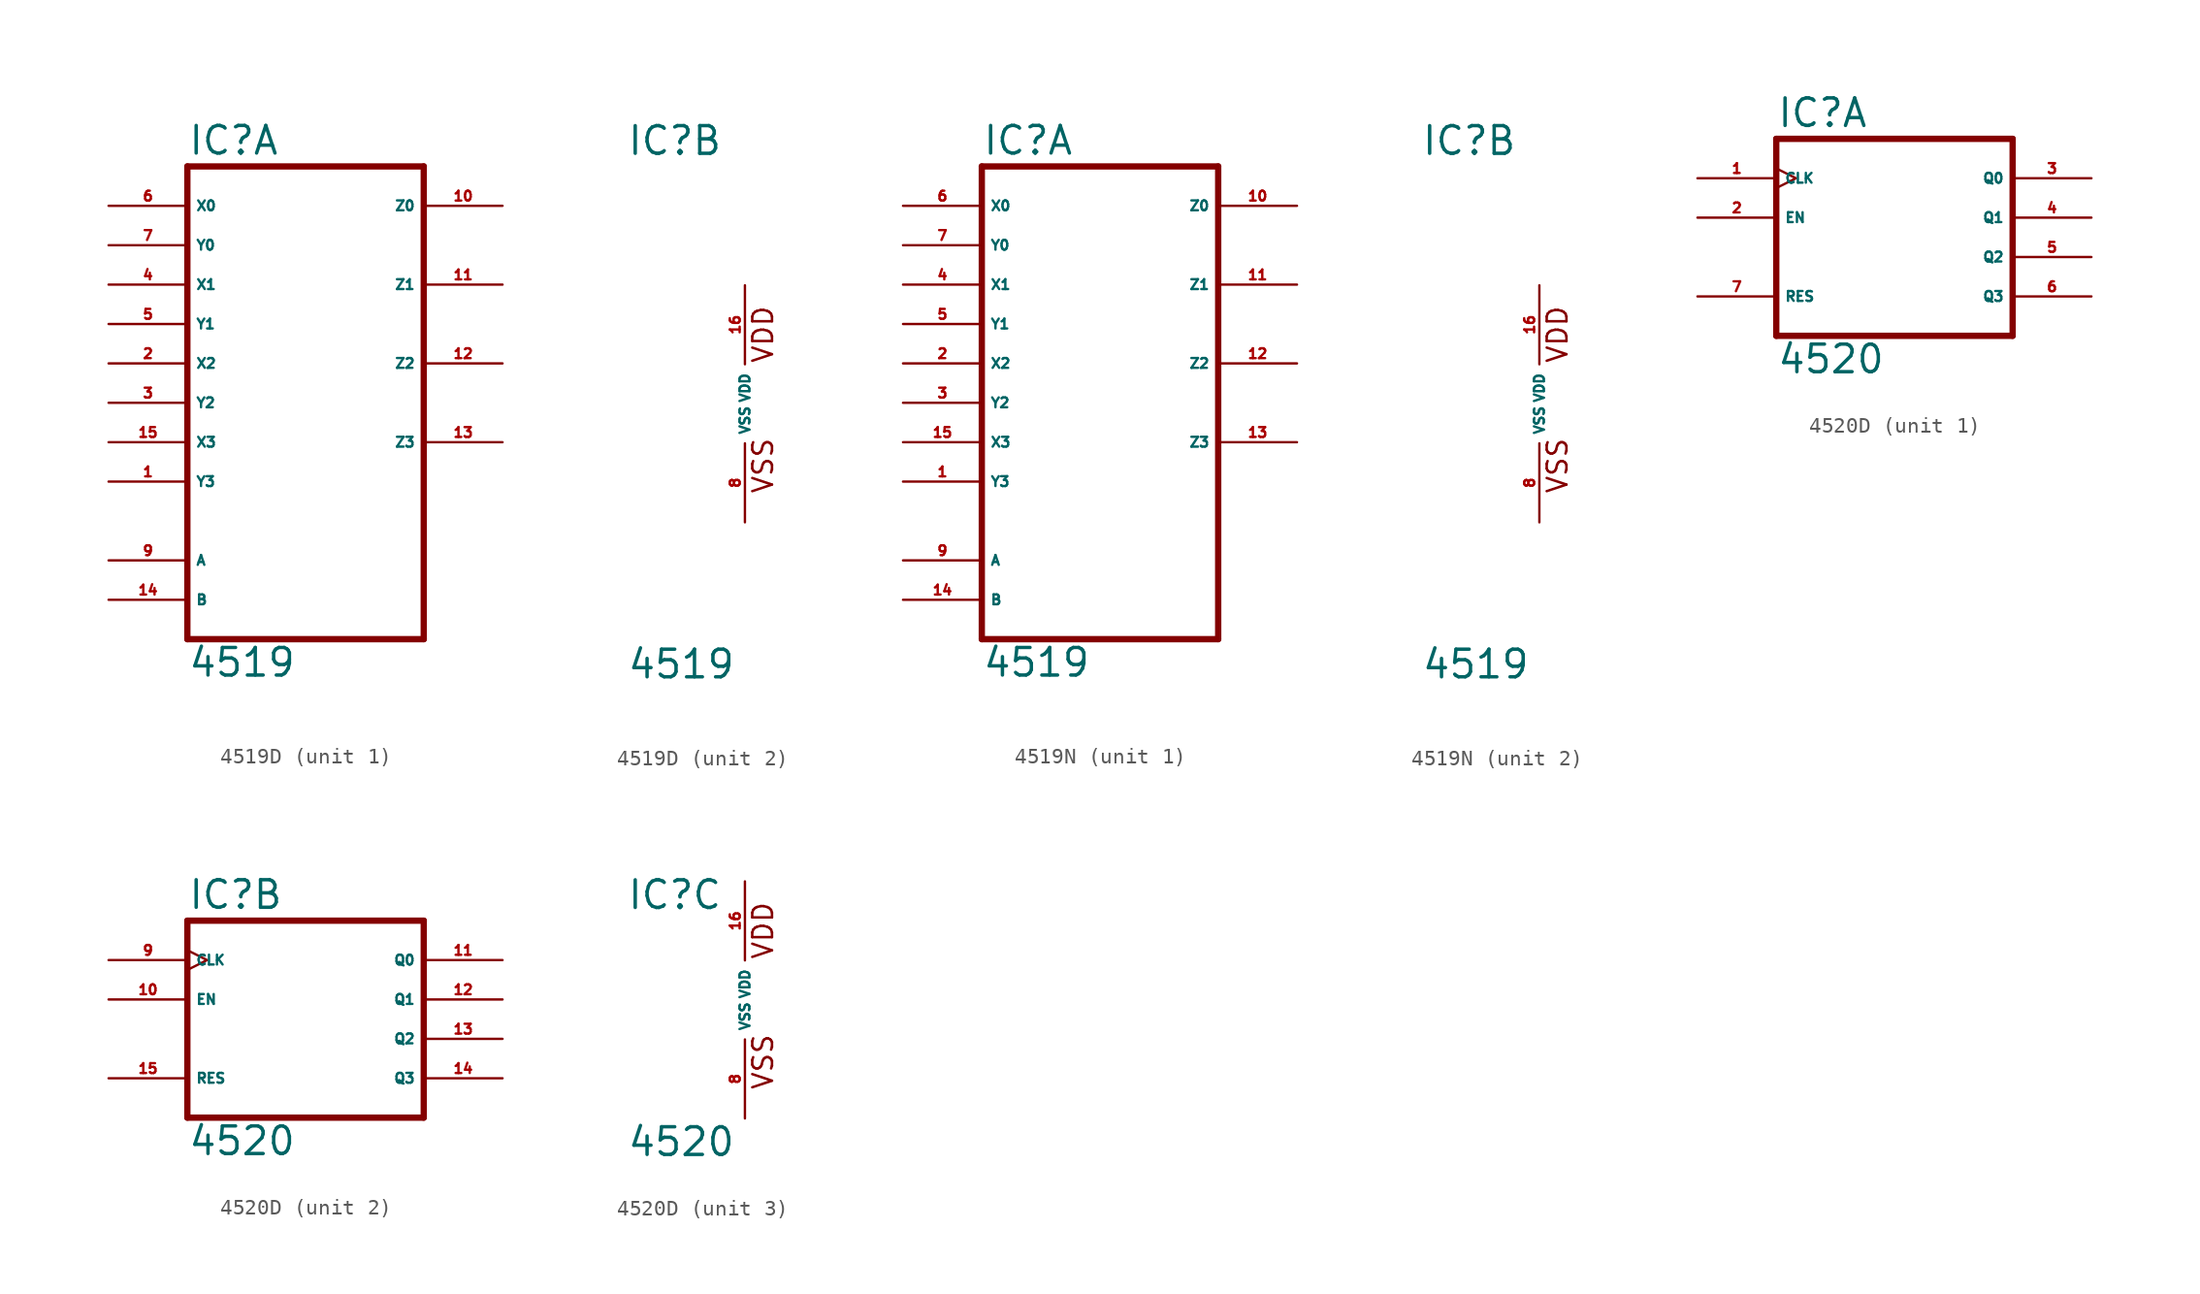
<source format=kicad_sym>
(kicad_symbol_lib
  (version 20220914)
  (generator Eagle2Kicad)
  (symbol "4519D"
    (property "Reference" "IC"
      (at -7.62 15.875 0)
      (effects (font (size 1.778 1.778) (thickness 0.22)) (justify left bottom)))
    (property "Value" "4519"
      (at -7.62 -17.78 0)
      (effects (font (size 1.778 1.778) (thickness 0.22)) (justify left bottom)))
    (symbol "4519D_1_0"
      (polyline (pts (xy -7.62 -15.24) (xy 7.62 -15.24)) (stroke (width 0.406) (type default)) (fill (type none)))
      (polyline (pts (xy 7.62 -15.24) (xy 7.62 15.24)) (stroke (width 0.406) (type default)) (fill (type none)))
      (polyline (pts (xy 7.62 15.24) (xy -7.62 15.24)) (stroke (width 0.406) (type default)) (fill (type none)))
      (polyline (pts (xy -7.62 15.24) (xy -7.62 -15.24)) (stroke (width 0.406) (type default)) (fill (type none)))
      (pin input line (at -12.7 -5.08 0) (length 5.08) (name "Y3" (effects (font (size 0.635 0.635) (thickness 0.08)) (justify left bottom))) (number "1" (effects (font (size 0.635 0.635) (thickness 0.08)) (justify left bottom))))
      (pin input line (at -12.7 2.54 0) (length 5.08) (name "X2" (effects (font (size 0.635 0.635) (thickness 0.08)) (justify left bottom))) (number "2" (effects (font (size 0.635 0.635) (thickness 0.08)) (justify left bottom))))
      (pin input line (at -12.7 0 0) (length 5.08) (name "Y2" (effects (font (size 0.635 0.635) (thickness 0.08)) (justify left bottom))) (number "3" (effects (font (size 0.635 0.635) (thickness 0.08)) (justify left bottom))))
      (pin input line (at -12.7 7.62 0) (length 5.08) (name "X1" (effects (font (size 0.635 0.635) (thickness 0.08)) (justify left bottom))) (number "4" (effects (font (size 0.635 0.635) (thickness 0.08)) (justify left bottom))))
      (pin input line (at -12.7 5.08 0) (length 5.08) (name "Y1" (effects (font (size 0.635 0.635) (thickness 0.08)) (justify left bottom))) (number "5" (effects (font (size 0.635 0.635) (thickness 0.08)) (justify left bottom))))
      (pin input line (at -12.7 12.7 0) (length 5.08) (name "X0" (effects (font (size 0.635 0.635) (thickness 0.08)) (justify left bottom))) (number "6" (effects (font (size 0.635 0.635) (thickness 0.08)) (justify left bottom))))
      (pin input line (at -12.7 10.16 0) (length 5.08) (name "Y0" (effects (font (size 0.635 0.635) (thickness 0.08)) (justify left bottom))) (number "7" (effects (font (size 0.635 0.635) (thickness 0.08)) (justify left bottom))))
      (pin input line (at -12.7 -10.16 0) (length 5.08) (name "A" (effects (font (size 0.635 0.635) (thickness 0.08)) (justify left bottom))) (number "9" (effects (font (size 0.635 0.635) (thickness 0.08)) (justify left bottom))))
      (pin output line (at 12.7 12.7 180) (length 5.08) (name "Z0" (effects (font (size 0.635 0.635) (thickness 0.08)) (justify left bottom))) (number "10" (effects (font (size 0.635 0.635) (thickness 0.08)) (justify left bottom))))
      (pin output line (at 12.7 7.62 180) (length 5.08) (name "Z1" (effects (font (size 0.635 0.635) (thickness 0.08)) (justify left bottom))) (number "11" (effects (font (size 0.635 0.635) (thickness 0.08)) (justify left bottom))))
      (pin output line (at 12.7 2.54 180) (length 5.08) (name "Z2" (effects (font (size 0.635 0.635) (thickness 0.08)) (justify left bottom))) (number "12" (effects (font (size 0.635 0.635) (thickness 0.08)) (justify left bottom))))
      (pin output line (at 12.7 -2.54 180) (length 5.08) (name "Z3" (effects (font (size 0.635 0.635) (thickness 0.08)) (justify left bottom))) (number "13" (effects (font (size 0.635 0.635) (thickness 0.08)) (justify left bottom))))
      (pin input line (at -12.7 -12.7 0) (length 5.08) (name "B" (effects (font (size 0.635 0.635) (thickness 0.08)) (justify left bottom))) (number "14" (effects (font (size 0.635 0.635) (thickness 0.08)) (justify left bottom))))
      (pin input line (at -12.7 -2.54 0) (length 5.08) (name "X3" (effects (font (size 0.635 0.635) (thickness 0.08)) (justify left bottom))) (number "15" (effects (font (size 0.635 0.635) (thickness 0.08)) (justify left bottom)))))
    (symbol "4519D_2_0"
      (text "VDD" (at 1.905 2.54 900) (effects (font (size 1.27 1.27) (thickness 0.16)) (justify left bottom)))
      (text "VSS" (at 1.905 -5.842 900) (effects (font (size 1.27 1.27) (thickness 0.16)) (justify left bottom)))
      (pin unspecified line (at 0 -7.62 90) (length 5.08) (name "VSS" (effects (font (size 0.635 0.635) (thickness 0.08)) (justify left bottom))) (number "8" (effects (font (size 0.635 0.635) (thickness 0.08)) (justify left bottom))))
      (pin unspecified line (at 0 7.62 270) (length 5.08) (name "VDD" (effects (font (size 0.635 0.635) (thickness 0.08)) (justify left bottom))) (number "16" (effects (font (size 0.635 0.635) (thickness 0.08)) (justify left bottom))))))
  (symbol "4519N"
    (property "Reference" "IC"
      (at -7.62 15.875 0)
      (effects (font (size 1.778 1.778) (thickness 0.22)) (justify left bottom)))
    (property "Value" "4519"
      (at -7.62 -17.78 0)
      (effects (font (size 1.778 1.778) (thickness 0.22)) (justify left bottom)))
    (symbol "4519N_1_0"
      (polyline (pts (xy -7.62 -15.24) (xy 7.62 -15.24)) (stroke (width 0.406) (type default)) (fill (type none)))
      (polyline (pts (xy 7.62 -15.24) (xy 7.62 15.24)) (stroke (width 0.406) (type default)) (fill (type none)))
      (polyline (pts (xy 7.62 15.24) (xy -7.62 15.24)) (stroke (width 0.406) (type default)) (fill (type none)))
      (polyline (pts (xy -7.62 15.24) (xy -7.62 -15.24)) (stroke (width 0.406) (type default)) (fill (type none)))
      (pin input line (at -12.7 -5.08 0) (length 5.08) (name "Y3" (effects (font (size 0.635 0.635) (thickness 0.08)) (justify left bottom))) (number "1" (effects (font (size 0.635 0.635) (thickness 0.08)) (justify left bottom))))
      (pin input line (at -12.7 2.54 0) (length 5.08) (name "X2" (effects (font (size 0.635 0.635) (thickness 0.08)) (justify left bottom))) (number "2" (effects (font (size 0.635 0.635) (thickness 0.08)) (justify left bottom))))
      (pin input line (at -12.7 0 0) (length 5.08) (name "Y2" (effects (font (size 0.635 0.635) (thickness 0.08)) (justify left bottom))) (number "3" (effects (font (size 0.635 0.635) (thickness 0.08)) (justify left bottom))))
      (pin input line (at -12.7 7.62 0) (length 5.08) (name "X1" (effects (font (size 0.635 0.635) (thickness 0.08)) (justify left bottom))) (number "4" (effects (font (size 0.635 0.635) (thickness 0.08)) (justify left bottom))))
      (pin input line (at -12.7 5.08 0) (length 5.08) (name "Y1" (effects (font (size 0.635 0.635) (thickness 0.08)) (justify left bottom))) (number "5" (effects (font (size 0.635 0.635) (thickness 0.08)) (justify left bottom))))
      (pin input line (at -12.7 12.7 0) (length 5.08) (name "X0" (effects (font (size 0.635 0.635) (thickness 0.08)) (justify left bottom))) (number "6" (effects (font (size 0.635 0.635) (thickness 0.08)) (justify left bottom))))
      (pin input line (at -12.7 10.16 0) (length 5.08) (name "Y0" (effects (font (size 0.635 0.635) (thickness 0.08)) (justify left bottom))) (number "7" (effects (font (size 0.635 0.635) (thickness 0.08)) (justify left bottom))))
      (pin input line (at -12.7 -10.16 0) (length 5.08) (name "A" (effects (font (size 0.635 0.635) (thickness 0.08)) (justify left bottom))) (number "9" (effects (font (size 0.635 0.635) (thickness 0.08)) (justify left bottom))))
      (pin output line (at 12.7 12.7 180) (length 5.08) (name "Z0" (effects (font (size 0.635 0.635) (thickness 0.08)) (justify left bottom))) (number "10" (effects (font (size 0.635 0.635) (thickness 0.08)) (justify left bottom))))
      (pin output line (at 12.7 7.62 180) (length 5.08) (name "Z1" (effects (font (size 0.635 0.635) (thickness 0.08)) (justify left bottom))) (number "11" (effects (font (size 0.635 0.635) (thickness 0.08)) (justify left bottom))))
      (pin output line (at 12.7 2.54 180) (length 5.08) (name "Z2" (effects (font (size 0.635 0.635) (thickness 0.08)) (justify left bottom))) (number "12" (effects (font (size 0.635 0.635) (thickness 0.08)) (justify left bottom))))
      (pin output line (at 12.7 -2.54 180) (length 5.08) (name "Z3" (effects (font (size 0.635 0.635) (thickness 0.08)) (justify left bottom))) (number "13" (effects (font (size 0.635 0.635) (thickness 0.08)) (justify left bottom))))
      (pin input line (at -12.7 -12.7 0) (length 5.08) (name "B" (effects (font (size 0.635 0.635) (thickness 0.08)) (justify left bottom))) (number "14" (effects (font (size 0.635 0.635) (thickness 0.08)) (justify left bottom))))
      (pin input line (at -12.7 -2.54 0) (length 5.08) (name "X3" (effects (font (size 0.635 0.635) (thickness 0.08)) (justify left bottom))) (number "15" (effects (font (size 0.635 0.635) (thickness 0.08)) (justify left bottom)))))
    (symbol "4519N_2_0"
      (text "VDD" (at 1.905 2.54 900) (effects (font (size 1.27 1.27) (thickness 0.16)) (justify left bottom)))
      (text "VSS" (at 1.905 -5.842 900) (effects (font (size 1.27 1.27) (thickness 0.16)) (justify left bottom)))
      (pin unspecified line (at 0 -7.62 90) (length 5.08) (name "VSS" (effects (font (size 0.635 0.635) (thickness 0.08)) (justify left bottom))) (number "8" (effects (font (size 0.635 0.635) (thickness 0.08)) (justify left bottom))))
      (pin unspecified line (at 0 7.62 270) (length 5.08) (name "VDD" (effects (font (size 0.635 0.635) (thickness 0.08)) (justify left bottom))) (number "16" (effects (font (size 0.635 0.635) (thickness 0.08)) (justify left bottom))))))
  (symbol "4520D"
    (property "Reference" "IC"
      (at -7.62 5.715 0)
      (effects (font (size 1.778 1.778) (thickness 0.22)) (justify left bottom)))
    (property "Value" "4520"
      (at -7.62 -10.16 0)
      (effects (font (size 1.778 1.778) (thickness 0.22)) (justify left bottom)))
    (symbol "4520D_1_0"
      (polyline (pts (xy -7.62 -7.62) (xy 7.62 -7.62)) (stroke (width 0.406) (type default)) (fill (type none)))
      (polyline (pts (xy 7.62 -7.62) (xy 7.62 5.08)) (stroke (width 0.406) (type default)) (fill (type none)))
      (polyline (pts (xy 7.62 5.08) (xy -7.62 5.08)) (stroke (width 0.406) (type default)) (fill (type none)))
      (polyline (pts (xy -7.62 5.08) (xy -7.62 -7.62)) (stroke (width 0.406) (type default)) (fill (type none)))
      (pin input clock (at -12.7 2.54 0) (length 5.08) (name "CLK" (effects (font (size 0.635 0.635) (thickness 0.08)) (justify left bottom))) (number "1" (effects (font (size 0.635 0.635) (thickness 0.08)) (justify left bottom))))
      (pin input line (at -12.7 0 0) (length 5.08) (name "EN" (effects (font (size 0.635 0.635) (thickness 0.08)) (justify left bottom))) (number "2" (effects (font (size 0.635 0.635) (thickness 0.08)) (justify left bottom))))
      (pin output line (at 12.7 2.54 180) (length 5.08) (name "Q0" (effects (font (size 0.635 0.635) (thickness 0.08)) (justify left bottom))) (number "3" (effects (font (size 0.635 0.635) (thickness 0.08)) (justify left bottom))))
      (pin output line (at 12.7 0 180) (length 5.08) (name "Q1" (effects (font (size 0.635 0.635) (thickness 0.08)) (justify left bottom))) (number "4" (effects (font (size 0.635 0.635) (thickness 0.08)) (justify left bottom))))
      (pin output line (at 12.7 -2.54 180) (length 5.08) (name "Q2" (effects (font (size 0.635 0.635) (thickness 0.08)) (justify left bottom))) (number "5" (effects (font (size 0.635 0.635) (thickness 0.08)) (justify left bottom))))
      (pin output line (at 12.7 -5.08 180) (length 5.08) (name "Q3" (effects (font (size 0.635 0.635) (thickness 0.08)) (justify left bottom))) (number "6" (effects (font (size 0.635 0.635) (thickness 0.08)) (justify left bottom))))
      (pin input line (at -12.7 -5.08 0) (length 5.08) (name "RES" (effects (font (size 0.635 0.635) (thickness 0.08)) (justify left bottom))) (number "7" (effects (font (size 0.635 0.635) (thickness 0.08)) (justify left bottom)))))
    (symbol "4520D_2_0"
      (polyline (pts (xy -7.62 -7.62) (xy 7.62 -7.62)) (stroke (width 0.406) (type default)) (fill (type none)))
      (polyline (pts (xy 7.62 -7.62) (xy 7.62 5.08)) (stroke (width 0.406) (type default)) (fill (type none)))
      (polyline (pts (xy 7.62 5.08) (xy -7.62 5.08)) (stroke (width 0.406) (type default)) (fill (type none)))
      (polyline (pts (xy -7.62 5.08) (xy -7.62 -7.62)) (stroke (width 0.406) (type default)) (fill (type none)))
      (pin input clock (at -12.7 2.54 0) (length 5.08) (name "CLK" (effects (font (size 0.635 0.635) (thickness 0.08)) (justify left bottom))) (number "9" (effects (font (size 0.635 0.635) (thickness 0.08)) (justify left bottom))))
      (pin input line (at -12.7 0 0) (length 5.08) (name "EN" (effects (font (size 0.635 0.635) (thickness 0.08)) (justify left bottom))) (number "10" (effects (font (size 0.635 0.635) (thickness 0.08)) (justify left bottom))))
      (pin output line (at 12.7 2.54 180) (length 5.08) (name "Q0" (effects (font (size 0.635 0.635) (thickness 0.08)) (justify left bottom))) (number "11" (effects (font (size 0.635 0.635) (thickness 0.08)) (justify left bottom))))
      (pin output line (at 12.7 0 180) (length 5.08) (name "Q1" (effects (font (size 0.635 0.635) (thickness 0.08)) (justify left bottom))) (number "12" (effects (font (size 0.635 0.635) (thickness 0.08)) (justify left bottom))))
      (pin output line (at 12.7 -2.54 180) (length 5.08) (name "Q2" (effects (font (size 0.635 0.635) (thickness 0.08)) (justify left bottom))) (number "13" (effects (font (size 0.635 0.635) (thickness 0.08)) (justify left bottom))))
      (pin output line (at 12.7 -5.08 180) (length 5.08) (name "Q3" (effects (font (size 0.635 0.635) (thickness 0.08)) (justify left bottom))) (number "14" (effects (font (size 0.635 0.635) (thickness 0.08)) (justify left bottom))))
      (pin input line (at -12.7 -5.08 0) (length 5.08) (name "RES" (effects (font (size 0.635 0.635) (thickness 0.08)) (justify left bottom))) (number "15" (effects (font (size 0.635 0.635) (thickness 0.08)) (justify left bottom)))))
    (symbol "4520D_3_0"
      (text "VDD" (at 1.905 2.54 900) (effects (font (size 1.27 1.27) (thickness 0.16)) (justify left bottom)))
      (text "VSS" (at 1.905 -5.842 900) (effects (font (size 1.27 1.27) (thickness 0.16)) (justify left bottom)))
      (pin unspecified line (at 0 -7.62 90) (length 5.08) (name "VSS" (effects (font (size 0.635 0.635) (thickness 0.08)) (justify left bottom))) (number "8" (effects (font (size 0.635 0.635) (thickness 0.08)) (justify left bottom))))
      (pin unspecified line (at 0 7.62 270) (length 5.08) (name "VDD" (effects (font (size 0.635 0.635) (thickness 0.08)) (justify left bottom))) (number "16" (effects (font (size 0.635 0.635) (thickness 0.08)) (justify left bottom)))))))
</source>
